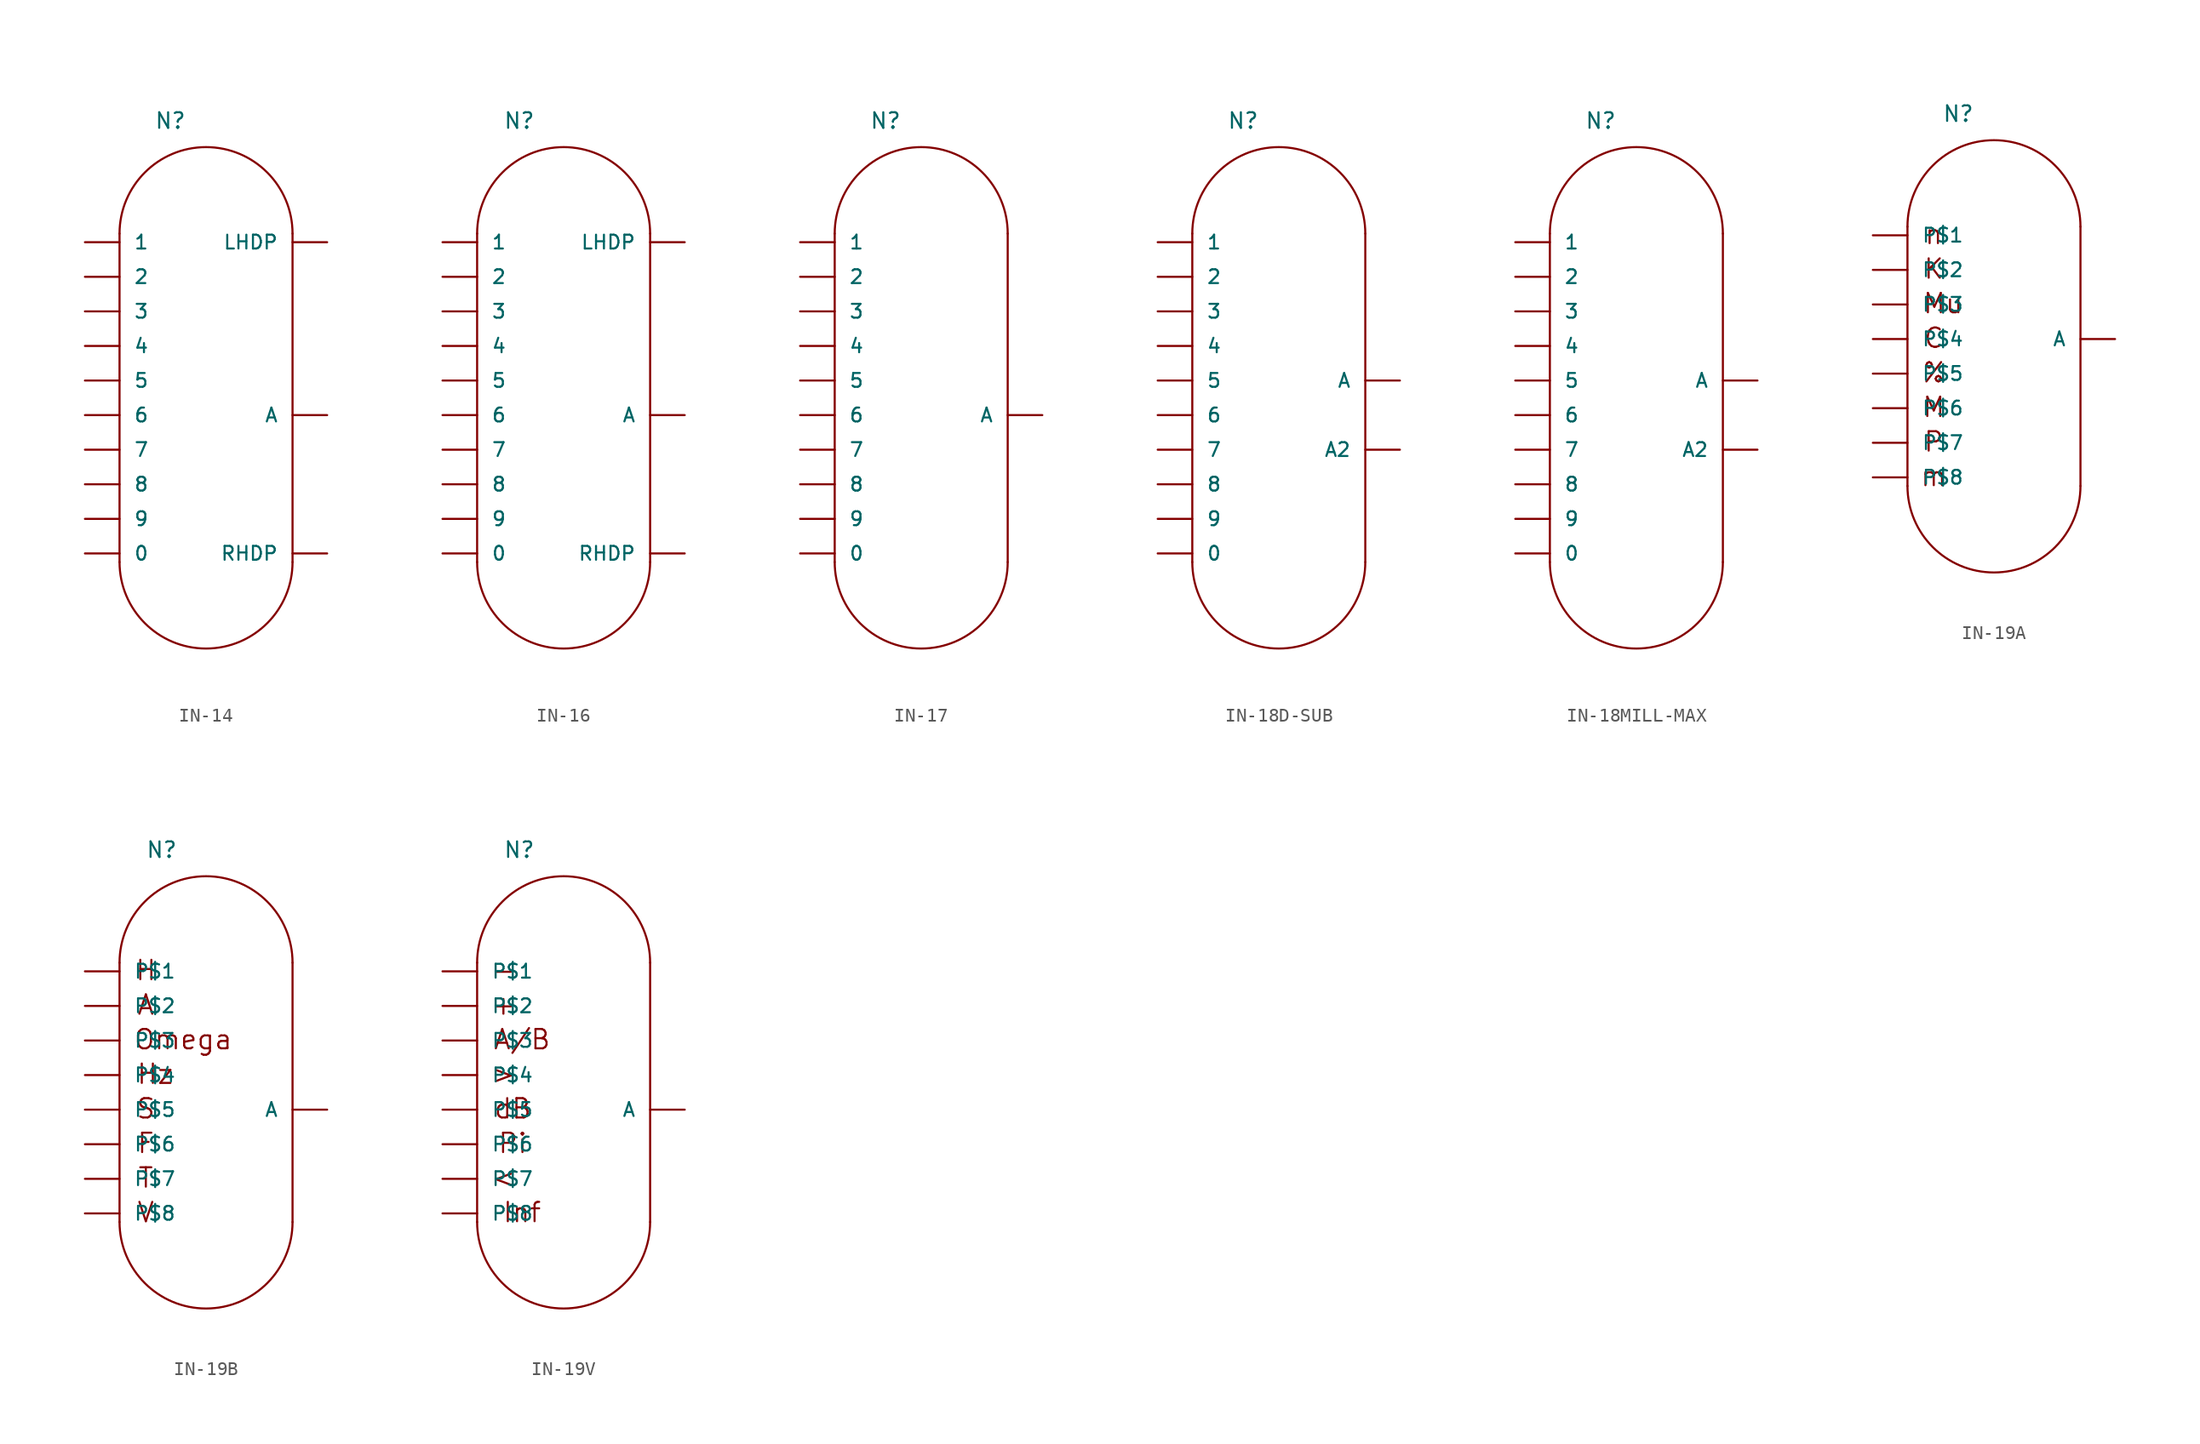
<source format=kicad_sym>
(kicad_symbol_lib
  (version 20241209)
  (generator "kicad_symbol_editor")
  (generator_version "9.0")
  (symbol "IN-14"
    (pin_numbers
      (hide yes))
    (pin_names
      (offset 1.016))
    (property "Reference" "N"
      (at -2.54 18.415 0)
      (effects (font (size 1.143 1.143)) (justify left bottom)))
    (property "ki_locked" ""
      (at 0 0 0)
      (effects (font (size 1.27 1.27))))
    (symbol "IN-14_1_0"
      (polyline (pts (xy -5.08 -13.335) (xy -5.08 10.795)) (stroke (width 0) (type solid)) (fill (type none)))
      (polyline (pts (xy 7.62 -13.335) (xy 7.62 10.795)) (stroke (width 0) (type solid)) (fill (type none))))
    (symbol "IN-14_1_1"
      (arc (start -5.08 10.795) (mid 1.27 17.145) (end 7.62 10.795) (stroke (width 0) (type solid)) (fill (type none)))
      (arc (start 7.62 -13.335) (mid 1.27 -19.685) (end -5.08 -13.335) (stroke (width 0) (type solid)) (fill (type none)))
      (pin bidirectional line (at -7.62 10.16 0) (length 2.54) (name "1" (effects (font (size 1.016 1.016)))) (number "1" (effects (font (size 1.016 1.016)))))
      (pin bidirectional line (at -7.62 7.62 0) (length 2.54) (name "2" (effects (font (size 1.016 1.016)))) (number "2" (effects (font (size 1.016 1.016)))))
      (pin bidirectional line (at -7.62 5.08 0) (length 2.54) (name "3" (effects (font (size 1.016 1.016)))) (number "3" (effects (font (size 1.016 1.016)))))
      (pin bidirectional line (at -7.62 2.54 0) (length 2.54) (name "4" (effects (font (size 1.016 1.016)))) (number "4" (effects (font (size 1.016 1.016)))))
      (pin bidirectional line (at -7.62 0 0) (length 2.54) (name "5" (effects (font (size 1.016 1.016)))) (number "5" (effects (font (size 1.016 1.016)))))
      (pin bidirectional line (at -7.62 -2.54 0) (length 2.54) (name "6" (effects (font (size 1.016 1.016)))) (number "6" (effects (font (size 1.016 1.016)))))
      (pin bidirectional line (at -7.62 -5.08 0) (length 2.54) (name "7" (effects (font (size 1.016 1.016)))) (number "7" (effects (font (size 1.016 1.016)))))
      (pin bidirectional line (at -7.62 -7.62 0) (length 2.54) (name "8" (effects (font (size 1.016 1.016)))) (number "8" (effects (font (size 1.016 1.016)))))
      (pin bidirectional line (at -7.62 -10.16 0) (length 2.54) (name "9" (effects (font (size 1.016 1.016)))) (number "9" (effects (font (size 1.016 1.016)))))
      (pin bidirectional line (at -7.62 -12.7 0) (length 2.54) (name "0" (effects (font (size 1.016 1.016)))) (number "0" (effects (font (size 1.016 1.016)))))
      (pin bidirectional line (at 10.16 10.16 180) (length 2.54) (name "LHDP" (effects (font (size 1.016 1.016)))) (number "LHDP" (effects (font (size 1.016 1.016)))))
      (pin bidirectional line (at 10.16 -2.54 180) (length 2.54) (name "A" (effects (font (size 1.016 1.016)))) (number "A" (effects (font (size 1.016 1.016)))))
      (pin bidirectional line (at 10.16 -12.7 180) (length 2.54) (name "RHDP" (effects (font (size 1.016 1.016)))) (number "RHDP" (effects (font (size 1.016 1.016)))))))
  (symbol "IN-16"
    (pin_numbers
      (hide yes))
    (pin_names
      (offset 1.016))
    (property "Reference" "N"
      (at -3.175 20.955 0)
      (effects (font (size 1.143 1.143)) (justify left bottom)))
    (property "ki_locked" ""
      (at 0 0 0)
      (effects (font (size 1.27 1.27))))
    (symbol "IN-16_1_0"
      (polyline (pts (xy -5.08 -10.795) (xy -5.08 13.335)) (stroke (width 0) (type solid)) (fill (type none)))
      (polyline (pts (xy 7.62 -10.795) (xy 7.62 13.335)) (stroke (width 0) (type solid)) (fill (type none))))
    (symbol "IN-16_1_1"
      (arc (start -5.08 13.335) (mid 1.27 19.685) (end 7.62 13.335) (stroke (width 0) (type solid)) (fill (type none)))
      (arc (start 7.62 -10.795) (mid 1.27 -17.145) (end -5.08 -10.795) (stroke (width 0) (type solid)) (fill (type none)))
      (pin bidirectional line (at -7.62 12.7 0) (length 2.54) (name "1" (effects (font (size 1.016 1.016)))) (number "1" (effects (font (size 1.016 1.016)))))
      (pin bidirectional line (at -7.62 10.16 0) (length 2.54) (name "2" (effects (font (size 1.016 1.016)))) (number "2" (effects (font (size 1.016 1.016)))))
      (pin bidirectional line (at -7.62 7.62 0) (length 2.54) (name "3" (effects (font (size 1.016 1.016)))) (number "3" (effects (font (size 1.016 1.016)))))
      (pin bidirectional line (at -7.62 5.08 0) (length 2.54) (name "4" (effects (font (size 1.016 1.016)))) (number "4" (effects (font (size 1.016 1.016)))))
      (pin bidirectional line (at -7.62 2.54 0) (length 2.54) (name "5" (effects (font (size 1.016 1.016)))) (number "5" (effects (font (size 1.016 1.016)))))
      (pin bidirectional line (at -7.62 0 0) (length 2.54) (name "6" (effects (font (size 1.016 1.016)))) (number "6" (effects (font (size 1.016 1.016)))))
      (pin bidirectional line (at -7.62 -2.54 0) (length 2.54) (name "7" (effects (font (size 1.016 1.016)))) (number "7" (effects (font (size 1.016 1.016)))))
      (pin bidirectional line (at -7.62 -5.08 0) (length 2.54) (name "8" (effects (font (size 1.016 1.016)))) (number "8" (effects (font (size 1.016 1.016)))))
      (pin bidirectional line (at -7.62 -7.62 0) (length 2.54) (name "9" (effects (font (size 1.016 1.016)))) (number "9" (effects (font (size 1.016 1.016)))))
      (pin bidirectional line (at -7.62 -10.16 0) (length 2.54) (name "0" (effects (font (size 1.016 1.016)))) (number "0" (effects (font (size 1.016 1.016)))))
      (pin bidirectional line (at 10.16 12.7 180) (length 2.54) (name "LHDP" (effects (font (size 1.016 1.016)))) (number "LHDP" (effects (font (size 1.016 1.016)))))
      (pin bidirectional line (at 10.16 0 180) (length 2.54) (name "A" (effects (font (size 1.016 1.016)))) (number "A" (effects (font (size 1.016 1.016)))))
      (pin bidirectional line (at 10.16 -10.16 180) (length 2.54) (name "RHDP" (effects (font (size 1.016 1.016)))) (number "RHDP" (effects (font (size 1.016 1.016)))))))
  (symbol "IN-17"
    (pin_numbers
      (hide yes))
    (pin_names
      (offset 1.016))
    (property "Reference" "N"
      (at -2.54 20.955 0)
      (effects (font (size 1.143 1.143)) (justify left bottom)))
    (property "ki_locked" ""
      (at 0 0 0)
      (effects (font (size 1.27 1.27))))
    (symbol "IN-17_1_0"
      (polyline (pts (xy -5.08 -10.795) (xy -5.08 13.335)) (stroke (width 0) (type solid)) (fill (type none)))
      (polyline (pts (xy 7.62 -10.795) (xy 7.62 13.335)) (stroke (width 0) (type solid)) (fill (type none))))
    (symbol "IN-17_1_1"
      (arc (start -5.08 13.335) (mid 1.27 19.685) (end 7.62 13.335) (stroke (width 0) (type solid)) (fill (type none)))
      (arc (start 7.62 -10.795) (mid 1.27 -17.145) (end -5.08 -10.795) (stroke (width 0) (type solid)) (fill (type none)))
      (pin bidirectional line (at -7.62 12.7 0) (length 2.54) (name "1" (effects (font (size 1.016 1.016)))) (number "1" (effects (font (size 1.016 1.016)))))
      (pin bidirectional line (at -7.62 10.16 0) (length 2.54) (name "2" (effects (font (size 1.016 1.016)))) (number "2" (effects (font (size 1.016 1.016)))))
      (pin bidirectional line (at -7.62 7.62 0) (length 2.54) (name "3" (effects (font (size 1.016 1.016)))) (number "3" (effects (font (size 1.016 1.016)))))
      (pin bidirectional line (at -7.62 5.08 0) (length 2.54) (name "4" (effects (font (size 1.016 1.016)))) (number "4" (effects (font (size 1.016 1.016)))))
      (pin bidirectional line (at -7.62 2.54 0) (length 2.54) (name "5" (effects (font (size 1.016 1.016)))) (number "5" (effects (font (size 1.016 1.016)))))
      (pin bidirectional line (at -7.62 0 0) (length 2.54) (name "6" (effects (font (size 1.016 1.016)))) (number "6" (effects (font (size 1.016 1.016)))))
      (pin bidirectional line (at -7.62 -2.54 0) (length 2.54) (name "7" (effects (font (size 1.016 1.016)))) (number "7" (effects (font (size 1.016 1.016)))))
      (pin bidirectional line (at -7.62 -5.08 0) (length 2.54) (name "8" (effects (font (size 1.016 1.016)))) (number "8" (effects (font (size 1.016 1.016)))))
      (pin bidirectional line (at -7.62 -7.62 0) (length 2.54) (name "9" (effects (font (size 1.016 1.016)))) (number "9" (effects (font (size 1.016 1.016)))))
      (pin bidirectional line (at -7.62 -10.16 0) (length 2.54) (name "0" (effects (font (size 1.016 1.016)))) (number "0" (effects (font (size 1.016 1.016)))))
      (pin bidirectional line (at 10.16 0 180) (length 2.54) (name "A" (effects (font (size 1.016 1.016)))) (number "A" (effects (font (size 1.016 1.016)))))))
  (symbol "IN-18D-SUB"
    (pin_numbers
      (hide yes))
    (pin_names
      (offset 1.016))
    (property "Reference" "N"
      (at -5.08 20.955 0)
      (effects (font (size 1.143 1.143)) (justify left bottom)))
    (property "ki_locked" ""
      (at 0 0 0)
      (effects (font (size 1.27 1.27))))
    (symbol "IN-18D-SUB_1_0"
      (polyline (pts (xy -7.62 -10.795) (xy -7.62 13.335)) (stroke (width 0) (type solid)) (fill (type none)))
      (polyline (pts (xy 5.08 -10.795) (xy 5.08 13.335)) (stroke (width 0) (type solid)) (fill (type none))))
    (symbol "IN-18D-SUB_1_1"
      (arc (start -7.62 13.335) (mid -1.27 19.685) (end 5.08 13.335) (stroke (width 0) (type solid)) (fill (type none)))
      (arc (start 5.08 -10.795) (mid -1.27 -17.145) (end -7.62 -10.795) (stroke (width 0) (type solid)) (fill (type none)))
      (pin bidirectional line (at -10.16 12.7 0) (length 2.54) (name "1" (effects (font (size 1.016 1.016)))) (number "1" (effects (font (size 1.016 1.016)))))
      (pin bidirectional line (at -10.16 10.16 0) (length 2.54) (name "2" (effects (font (size 1.016 1.016)))) (number "2" (effects (font (size 1.016 1.016)))))
      (pin bidirectional line (at -10.16 7.62 0) (length 2.54) (name "3" (effects (font (size 1.016 1.016)))) (number "3" (effects (font (size 1.016 1.016)))))
      (pin bidirectional line (at -10.16 5.08 0) (length 2.54) (name "4" (effects (font (size 1.016 1.016)))) (number "4" (effects (font (size 1.016 1.016)))))
      (pin bidirectional line (at -10.16 2.54 0) (length 2.54) (name "5" (effects (font (size 1.016 1.016)))) (number "5" (effects (font (size 1.016 1.016)))))
      (pin bidirectional line (at -10.16 0 0) (length 2.54) (name "6" (effects (font (size 1.016 1.016)))) (number "6" (effects (font (size 1.016 1.016)))))
      (pin bidirectional line (at -10.16 -2.54 0) (length 2.54) (name "7" (effects (font (size 1.016 1.016)))) (number "7" (effects (font (size 1.016 1.016)))))
      (pin bidirectional line (at -10.16 -5.08 0) (length 2.54) (name "8" (effects (font (size 1.016 1.016)))) (number "8" (effects (font (size 1.016 1.016)))))
      (pin bidirectional line (at -10.16 -7.62 0) (length 2.54) (name "9" (effects (font (size 1.016 1.016)))) (number "9" (effects (font (size 1.016 1.016)))))
      (pin bidirectional line (at -10.16 -10.16 0) (length 2.54) (name "0" (effects (font (size 1.016 1.016)))) (number "0" (effects (font (size 1.016 1.016)))))
      (pin bidirectional line (at 7.62 2.54 180) (length 2.54) (name "A" (effects (font (size 1.016 1.016)))) (number "A" (effects (font (size 1.016 1.016)))))
      (pin bidirectional line (at 7.62 -2.54 180) (length 2.54) (name "A2" (effects (font (size 1.016 1.016)))) (number "A2" (effects (font (size 1.016 1.016)))))))
  (symbol "IN-18MILL-MAX"
    (pin_numbers
      (hide yes))
    (pin_names
      (offset 1.016))
    (property "Reference" "N"
      (at -5.08 20.955 0)
      (effects (font (size 1.143 1.143)) (justify left bottom)))
    (property "ki_locked" ""
      (at 0 0 0)
      (effects (font (size 1.27 1.27))))
    (symbol "IN-18MILL-MAX_1_0"
      (polyline (pts (xy -7.62 -10.795) (xy -7.62 13.335)) (stroke (width 0) (type solid)) (fill (type none)))
      (polyline (pts (xy 5.08 -10.795) (xy 5.08 13.335)) (stroke (width 0) (type solid)) (fill (type none))))
    (symbol "IN-18MILL-MAX_1_1"
      (arc (start -7.62 13.335) (mid -1.27 19.685) (end 5.08 13.335) (stroke (width 0) (type solid)) (fill (type none)))
      (arc (start 5.08 -10.795) (mid -1.27 -17.145) (end -7.62 -10.795) (stroke (width 0) (type solid)) (fill (type none)))
      (pin bidirectional line (at -10.16 12.7 0) (length 2.54) (name "1" (effects (font (size 1.016 1.016)))) (number "1" (effects (font (size 1.016 1.016)))))
      (pin bidirectional line (at -10.16 10.16 0) (length 2.54) (name "2" (effects (font (size 1.016 1.016)))) (number "2" (effects (font (size 1.016 1.016)))))
      (pin bidirectional line (at -10.16 7.62 0) (length 2.54) (name "3" (effects (font (size 1.016 1.016)))) (number "3" (effects (font (size 1.016 1.016)))))
      (pin bidirectional line (at -10.16 5.08 0) (length 2.54) (name "4" (effects (font (size 1.016 1.016)))) (number "4" (effects (font (size 1.016 1.016)))))
      (pin bidirectional line (at -10.16 2.54 0) (length 2.54) (name "5" (effects (font (size 1.016 1.016)))) (number "5" (effects (font (size 1.016 1.016)))))
      (pin bidirectional line (at -10.16 0 0) (length 2.54) (name "6" (effects (font (size 1.016 1.016)))) (number "6" (effects (font (size 1.016 1.016)))))
      (pin bidirectional line (at -10.16 -2.54 0) (length 2.54) (name "7" (effects (font (size 1.016 1.016)))) (number "7" (effects (font (size 1.016 1.016)))))
      (pin bidirectional line (at -10.16 -5.08 0) (length 2.54) (name "8" (effects (font (size 1.016 1.016)))) (number "8" (effects (font (size 1.016 1.016)))))
      (pin bidirectional line (at -10.16 -7.62 0) (length 2.54) (name "9" (effects (font (size 1.016 1.016)))) (number "9" (effects (font (size 1.016 1.016)))))
      (pin bidirectional line (at -10.16 -10.16 0) (length 2.54) (name "0" (effects (font (size 1.016 1.016)))) (number "0" (effects (font (size 1.016 1.016)))))
      (pin bidirectional line (at 7.62 2.54 180) (length 2.54) (name "A" (effects (font (size 1.016 1.016)))) (number "A" (effects (font (size 1.016 1.016)))))
      (pin bidirectional line (at 7.62 -2.54 180) (length 2.54) (name "A2" (effects (font (size 1.016 1.016)))) (number "A2" (effects (font (size 1.016 1.016)))))))
  (symbol "IN-19A"
    (pin_numbers
      (hide yes))
    (pin_names
      (offset 1.016))
    (property "Reference" "N"
      (at -2.54 20.955 0)
      (effects (font (size 1.143 1.143)) (justify left bottom)))
    (property "ki_locked" ""
      (at 0 0 0)
      (effects (font (size 1.27 1.27))))
    (symbol "IN-19A_1_0"
      (polyline (pts (xy -5.08 -5.715) (xy -5.08 13.335)) (stroke (width 0) (type solid)) (fill (type none)))
      (polyline (pts (xy 7.62 -5.715) (xy 7.62 13.335)) (stroke (width 0) (type solid)) (fill (type none)))
      (text "n" (at -3.15 12.776 0) (effects (font (size 1.422 1.422))))
      (text "K" (at -3.15 10.236 0) (effects (font (size 1.422 1.422))))
      (text "C" (at -3.15 5.156 0) (effects (font (size 1.422 1.422))))
      (text "%" (at -3.15 2.616 0) (effects (font (size 1.422 1.422))))
      (text "M" (at -3.15 0.076 0) (effects (font (size 1.422 1.422))))
      (text "P" (at -3.15 -2.464 0) (effects (font (size 1.422 1.422))))
      (text "m" (at -3.15 -5.004 0) (effects (font (size 1.422 1.422))))
      (text "Mu" (at -2.464 7.696 0) (effects (font (size 1.422 1.422)))))
    (symbol "IN-19A_1_1"
      (arc (start -5.08 13.335) (mid 1.27 19.685) (end 7.62 13.335) (stroke (width 0) (type solid)) (fill (type none)))
      (arc (start 7.62 -5.715) (mid 1.27 -12.065) (end -5.08 -5.715) (stroke (width 0) (type solid)) (fill (type none)))
      (pin bidirectional line (at -7.62 12.7 0) (length 2.54) (name "P$1" (effects (font (size 1.016 1.016)))) (number "11" (effects (font (size 1.016 1.016)))))
      (pin bidirectional line (at -7.62 10.16 0) (length 2.54) (name "P$2" (effects (font (size 1.016 1.016)))) (number "10" (effects (font (size 1.016 1.016)))))
      (pin bidirectional line (at -7.62 7.62 0) (length 2.54) (name "P$3" (effects (font (size 1.016 1.016)))) (number "12" (effects (font (size 1.016 1.016)))))
      (pin bidirectional line (at -7.62 5.08 0) (length 2.54) (name "P$4" (effects (font (size 1.016 1.016)))) (number "14" (effects (font (size 1.016 1.016)))))
      (pin bidirectional line (at -7.62 2.54 0) (length 2.54) (name "P$5" (effects (font (size 1.016 1.016)))) (number "2" (effects (font (size 1.016 1.016)))))
      (pin bidirectional line (at -7.62 0 0) (length 2.54) (name "P$6" (effects (font (size 1.016 1.016)))) (number "4" (effects (font (size 1.016 1.016)))))
      (pin bidirectional line (at -7.62 -2.54 0) (length 2.54) (name "P$7" (effects (font (size 1.016 1.016)))) (number "5" (effects (font (size 1.016 1.016)))))
      (pin bidirectional line (at -7.62 -5.08 0) (length 2.54) (name "P$8" (effects (font (size 1.016 1.016)))) (number "6" (effects (font (size 1.016 1.016)))))
      (pin bidirectional line (at 10.16 5.08 180) (length 2.54) (name "A" (effects (font (size 1.016 1.016)))) (number "8" (effects (font (size 1.016 1.016)))))))
  (symbol "IN-19B"
    (pin_numbers
      (hide yes))
    (pin_names
      (offset 1.016))
    (property "Reference" "N"
      (at -3.175 20.955 0)
      (effects (font (size 1.143 1.143)) (justify left bottom)))
    (property "ki_locked" ""
      (at 0 0 0)
      (effects (font (size 1.27 1.27))))
    (symbol "IN-19B_1_0"
      (polyline (pts (xy -5.08 -5.715) (xy -5.08 13.335)) (stroke (width 0) (type solid)) (fill (type none)))
      (polyline (pts (xy 7.62 -5.715) (xy 7.62 13.335)) (stroke (width 0) (type solid)) (fill (type none)))
      (text "H" (at -3.15 12.776 0) (effects (font (size 1.422 1.422))))
      (text "A" (at -3.15 10.236 0) (effects (font (size 1.422 1.422))))
      (text "S" (at -3.15 2.616 0) (effects (font (size 1.422 1.422))))
      (text "F" (at -3.15 0.076 0) (effects (font (size 1.422 1.422))))
      (text "T" (at -3.15 -2.464 0) (effects (font (size 1.422 1.422))))
      (text "V" (at -3.15 -5.004 0) (effects (font (size 1.422 1.422))))
      (text "Hz" (at -2.464 5.156 0) (effects (font (size 1.422 1.422))))
      (text "Omega" (at -0.406 7.696 0) (effects (font (size 1.422 1.422)))))
    (symbol "IN-19B_1_1"
      (arc (start -5.08 13.335) (mid 1.27 19.685) (end 7.62 13.335) (stroke (width 0) (type solid)) (fill (type none)))
      (arc (start 7.62 -5.715) (mid 1.27 -12.065) (end -5.08 -5.715) (stroke (width 0) (type solid)) (fill (type none)))
      (pin bidirectional line (at -7.62 12.7 0) (length 2.54) (name "P$1" (effects (font (size 1.016 1.016)))) (number "5" (effects (font (size 1.016 1.016)))))
      (pin bidirectional line (at -7.62 10.16 0) (length 2.54) (name "P$2" (effects (font (size 1.016 1.016)))) (number "11" (effects (font (size 1.016 1.016)))))
      (pin bidirectional line (at -7.62 7.62 0) (length 2.54) (name "P$3" (effects (font (size 1.016 1.016)))) (number "12" (effects (font (size 1.016 1.016)))))
      (pin bidirectional line (at -7.62 5.08 0) (length 2.54) (name "P$4" (effects (font (size 1.016 1.016)))) (number "14" (effects (font (size 1.016 1.016)))))
      (pin bidirectional line (at -7.62 2.54 0) (length 2.54) (name "P$5" (effects (font (size 1.016 1.016)))) (number "2" (effects (font (size 1.016 1.016)))))
      (pin bidirectional line (at -7.62 0 0) (length 2.54) (name "P$6" (effects (font (size 1.016 1.016)))) (number "4" (effects (font (size 1.016 1.016)))))
      (pin bidirectional line (at -7.62 -2.54 0) (length 2.54) (name "P$7" (effects (font (size 1.016 1.016)))) (number "10" (effects (font (size 1.016 1.016)))))
      (pin bidirectional line (at -7.62 -5.08 0) (length 2.54) (name "P$8" (effects (font (size 1.016 1.016)))) (number "6" (effects (font (size 1.016 1.016)))))
      (pin bidirectional line (at 10.16 2.54 180) (length 2.54) (name "A" (effects (font (size 1.016 1.016)))) (number "8" (effects (font (size 1.016 1.016)))))))
  (symbol "IN-19V"
    (pin_numbers
      (hide yes))
    (pin_names
      (offset 1.016))
    (property "Reference" "N"
      (at -3.175 20.955 0)
      (effects (font (size 1.143 1.143)) (justify left bottom)))
    (property "ki_locked" ""
      (at 0 0 0)
      (effects (font (size 1.27 1.27))))
    (symbol "IN-19V_1_0"
      (polyline (pts (xy -5.08 -5.715) (xy -5.08 13.335)) (stroke (width 0) (type solid)) (fill (type none)))
      (polyline (pts (xy 7.62 -5.715) (xy 7.62 13.335)) (stroke (width 0) (type solid)) (fill (type none)))
      (text "-" (at -3.15 12.776 0) (effects (font (size 1.422 1.422))))
      (text "+" (at -3.15 10.236 0) (effects (font (size 1.422 1.422))))
      (text ">" (at -3.15 5.156 0) (effects (font (size 1.422 1.422))))
      (text "<" (at -3.15 -2.464 0) (effects (font (size 1.422 1.422))))
      (text "dB" (at -2.464 2.616 0) (effects (font (size 1.422 1.422))))
      (text "Pi" (at -2.464 0.076 0) (effects (font (size 1.422 1.422))))
      (text "A/B" (at -1.778 7.696 0) (effects (font (size 1.422 1.422))))
      (text "Inf" (at -1.778 -5.004 0) (effects (font (size 1.422 1.422)))))
    (symbol "IN-19V_1_1"
      (arc (start -5.08 13.335) (mid 1.27 19.685) (end 7.62 13.335) (stroke (width 0) (type solid)) (fill (type none)))
      (arc (start 7.62 -5.715) (mid 1.27 -12.065) (end -5.08 -5.715) (stroke (width 0) (type solid)) (fill (type none)))
      (pin bidirectional line (at -7.62 12.7 0) (length 2.54) (name "P$1" (effects (font (size 1.016 1.016)))) (number "10" (effects (font (size 1.016 1.016)))))
      (pin bidirectional line (at -7.62 10.16 0) (length 2.54) (name "P$2" (effects (font (size 1.016 1.016)))) (number "12" (effects (font (size 1.016 1.016)))))
      (pin bidirectional line (at -7.62 7.62 0) (length 2.54) (name "P$3" (effects (font (size 1.016 1.016)))) (number "4" (effects (font (size 1.016 1.016)))))
      (pin bidirectional line (at -7.62 5.08 0) (length 2.54) (name "P$4" (effects (font (size 1.016 1.016)))) (number "11" (effects (font (size 1.016 1.016)))))
      (pin bidirectional line (at -7.62 2.54 0) (length 2.54) (name "P$5" (effects (font (size 1.016 1.016)))) (number "14" (effects (font (size 1.016 1.016)))))
      (pin bidirectional line (at -7.62 0 0) (length 2.54) (name "P$6" (effects (font (size 1.016 1.016)))) (number "2" (effects (font (size 1.016 1.016)))))
      (pin bidirectional line (at -7.62 -2.54 0) (length 2.54) (name "P$7" (effects (font (size 1.016 1.016)))) (number "6" (effects (font (size 1.016 1.016)))))
      (pin bidirectional line (at -7.62 -5.08 0) (length 2.54) (name "P$8" (effects (font (size 1.016 1.016)))) (number "5" (effects (font (size 1.016 1.016)))))
      (pin bidirectional line (at 10.16 2.54 180) (length 2.54) (name "A" (effects (font (size 1.016 1.016)))) (number "8" (effects (font (size 1.016 1.016))))))))
</source>
